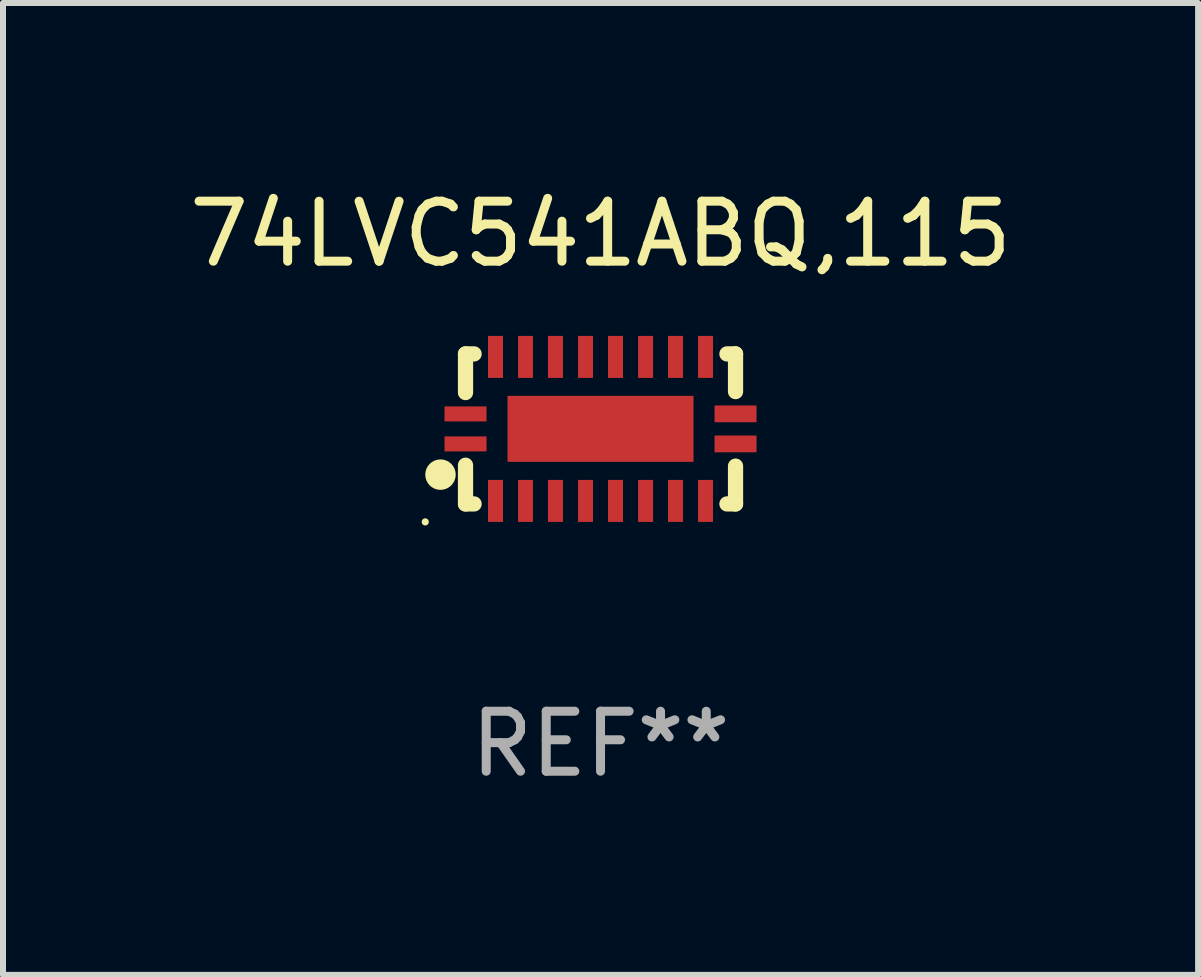
<source format=kicad_pcb>
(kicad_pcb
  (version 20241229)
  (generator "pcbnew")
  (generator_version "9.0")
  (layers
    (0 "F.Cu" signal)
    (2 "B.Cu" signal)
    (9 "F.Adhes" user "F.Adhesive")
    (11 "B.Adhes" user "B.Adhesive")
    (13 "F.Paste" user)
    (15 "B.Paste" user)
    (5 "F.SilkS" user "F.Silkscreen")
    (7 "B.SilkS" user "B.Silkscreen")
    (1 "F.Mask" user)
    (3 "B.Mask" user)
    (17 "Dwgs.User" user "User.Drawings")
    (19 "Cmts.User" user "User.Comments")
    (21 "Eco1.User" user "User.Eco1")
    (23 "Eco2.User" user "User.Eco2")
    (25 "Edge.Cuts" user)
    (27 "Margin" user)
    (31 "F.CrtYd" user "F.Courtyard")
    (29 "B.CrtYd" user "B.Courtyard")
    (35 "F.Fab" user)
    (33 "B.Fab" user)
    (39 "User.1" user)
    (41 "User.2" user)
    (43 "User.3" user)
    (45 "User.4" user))
  (footprint "74LVC541ABQ,115"
    (layer "F.Cu")
    (at 6.958 4.098)
    (property "Reference" "74LVC541ABQ,115" (at 0 -3.25 0) (layer "F.SilkS") (effects (font (size 1 1) (thickness 0.15))))
    (attr through_hole)
    (fp_line (start -2.25 0.605) (end -2.25 1.25) (stroke (width 0.254) (type solid)) (layer "F.SilkS"))
    (fp_line (start -2.25 1.25) (end -2.107 1.25) (stroke (width 0.254) (type solid)) (layer "F.SilkS"))
    (fp_line (start -2.25 -1.25) (end -2.25 -0.606) (stroke (width 0.254) (type solid)) (layer "F.SilkS"))
    (fp_line (start -2.25 -1.25) (end -2.107 -1.25) (stroke (width 0.254) (type solid)) (layer "F.SilkS"))
    (fp_line (start 2.107 -1.25) (end 2.25 -1.25) (stroke (width 0.254) (type solid)) (layer "F.SilkS"))
    (fp_line (start 2.107 1.25) (end 2.25 1.25) (stroke (width 0.254) (type solid)) (layer "F.SilkS"))
    (fp_line (start 2.25 -1.25) (end 2.25 -0.622) (stroke (width 0.254) (type solid)) (layer "F.SilkS"))
    (fp_line (start 2.25 0.62) (end 2.25 1.25) (stroke (width 0.254) (type solid)) (layer "F.SilkS"))
    (fp_circle (center -2.921 1.55) (end -2.891 1.55) (stroke (width 0.06) (type solid)) (fill no) (layer "F.SilkS"))
    (fp_circle (center -2.667 0.762) (end -2.54 0.762) (stroke (width 0.254) (type solid)) (fill no) (layer "F.SilkS"))
    (fp_text user "REF**" (at 0 5.25 0) (layer "F.Fab") (effects (font (size 1 1) (thickness 0.15))))
    (pad "1" smd rect (at -2.25 0.25 180) (size 0.7 0.25) (layers "F.Cu" "F.Mask" "F.Paste"))
    (pad "2" smd rect (at -1.75 1.2 90) (size 0.7 0.25) (layers "F.Cu" "F.Mask" "F.Paste"))
    (pad "3" smd rect (at -1.25 1.2 90) (size 0.7 0.25) (layers "F.Cu" "F.Mask" "F.Paste"))
    (pad "4" smd rect (at -0.751 1.2 90) (size 0.7 0.25) (layers "F.Cu" "F.Mask" "F.Paste"))
    (pad "5" smd rect (at -0.25 1.2 90) (size 0.7 0.25) (layers "F.Cu" "F.Mask" "F.Paste"))
    (pad "6" smd rect (at 0.25 1.2 90) (size 0.7 0.25) (layers "F.Cu" "F.Mask" "F.Paste"))
    (pad "7" smd rect (at 0.751 1.2 90) (size 0.7 0.25) (layers "F.Cu" "F.Mask" "F.Paste"))
    (pad "8" smd rect (at 1.25 1.2 90) (size 0.7 0.25) (layers "F.Cu" "F.Mask" "F.Paste"))
    (pad "9" smd rect (at 1.75 1.2 90) (size 0.7 0.25) (layers "F.Cu" "F.Mask" "F.Paste"))
    (pad "10" smd rect (at 2.25 0.25 180) (size 0.7 0.28) (layers "F.Cu" "F.Mask" "F.Paste"))
    (pad "11" smd rect (at 2.25 -0.251 180) (size 0.7 0.28) (layers "F.Cu" "F.Mask" "F.Paste"))
    (pad "12" smd rect (at 1.75 -1.2 90) (size 0.7 0.25) (layers "F.Cu" "F.Mask" "F.Paste"))
    (pad "13" smd rect (at 1.25 -1.2 90) (size 0.7 0.25) (layers "F.Cu" "F.Mask" "F.Paste"))
    (pad "14" smd rect (at 0.751 -1.2 90) (size 0.7 0.25) (layers "F.Cu" "F.Mask" "F.Paste"))
    (pad "15" smd rect (at 0.25 -1.2 90) (size 0.7 0.25) (layers "F.Cu" "F.Mask" "F.Paste"))
    (pad "16" smd rect (at -0.25 -1.2 90) (size 0.7 0.25) (layers "F.Cu" "F.Mask" "F.Paste"))
    (pad "17" smd rect (at -0.751 -1.2 90) (size 0.7 0.25) (layers "F.Cu" "F.Mask" "F.Paste"))
    (pad "18" smd rect (at -1.25 -1.2 90) (size 0.7 0.25) (layers "F.Cu" "F.Mask" "F.Paste"))
    (pad "19" smd rect (at -1.75 -1.2 90) (size 0.7 0.25) (layers "F.Cu" "F.Mask" "F.Paste"))
    (pad "20" smd rect (at -2.25 -0.25 180) (size 0.7 0.25) (layers "F.Cu" "F.Mask" "F.Paste"))
    (pad "21" smd rect (at 0 -0.001 180) (size 3.1 1.1) (layers "F.Cu" "F.Mask" "F.Paste")))
  (gr_rect
    (start -3 -3)
    (end 16.917 13.197)
    (stroke (width 0.1) (type default))
    (fill no)
    (layer "Edge.Cuts")))
</source>
